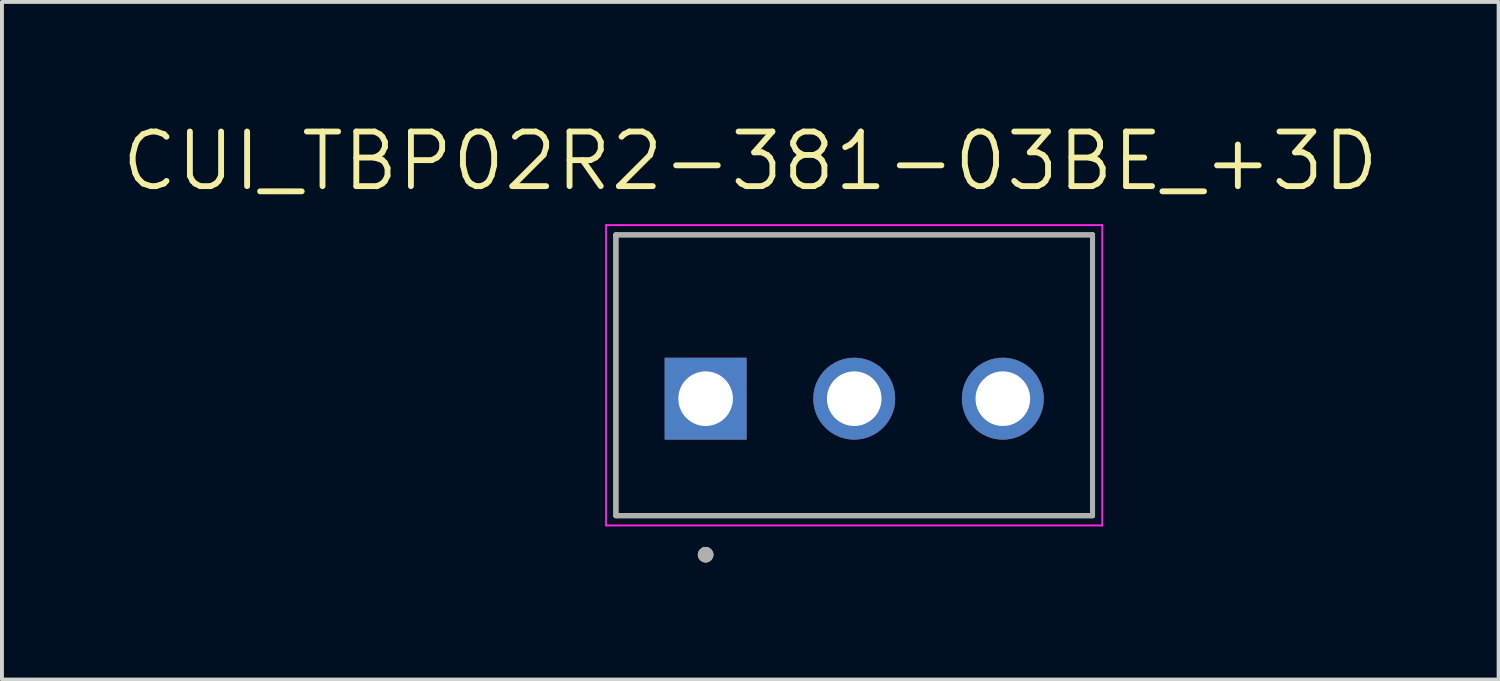
<source format=kicad_pcb>
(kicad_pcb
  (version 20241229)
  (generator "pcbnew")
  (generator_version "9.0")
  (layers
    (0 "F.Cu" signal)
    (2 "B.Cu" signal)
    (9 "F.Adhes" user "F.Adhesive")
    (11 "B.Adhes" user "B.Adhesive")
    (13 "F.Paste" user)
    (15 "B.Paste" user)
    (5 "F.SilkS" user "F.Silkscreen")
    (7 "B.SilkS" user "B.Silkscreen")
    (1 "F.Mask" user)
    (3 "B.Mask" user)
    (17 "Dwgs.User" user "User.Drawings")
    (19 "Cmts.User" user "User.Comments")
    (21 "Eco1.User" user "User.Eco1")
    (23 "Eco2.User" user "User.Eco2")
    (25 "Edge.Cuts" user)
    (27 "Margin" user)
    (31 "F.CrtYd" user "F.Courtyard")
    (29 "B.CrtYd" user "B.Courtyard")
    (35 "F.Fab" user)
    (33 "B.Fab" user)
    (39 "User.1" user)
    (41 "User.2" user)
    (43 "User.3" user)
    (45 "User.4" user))
  (footprint "CUI_TBP02R2-381-03BE_+3D"
    (layer "F.Cu")
    (at 15.04 7.171)
    (property "Reference" "CUI_TBP02R2-381-03BE_+3D" (at 1.145 -6.089 0) (layer "F.SilkS") (effects (font (size 1.4 1.4) (thickness 0.15))))
    (attr through_hole)
    (fp_line (start -2.3 -4.2) (end 9.92 -4.2) (stroke (width 0.127) (type solid)) (layer "F.SilkS"))
    (fp_line (start -2.3 3) (end -2.3 -4.2) (stroke (width 0.127) (type solid)) (layer "F.SilkS"))
    (fp_line (start 9.92 -4.2) (end 9.92 3) (stroke (width 0.127) (type solid)) (layer "F.SilkS"))
    (fp_line (start 9.92 3) (end -2.3 3) (stroke (width 0.127) (type solid)) (layer "F.SilkS"))
    (fp_circle (center 0 4) (end 0.1 4) (stroke (width 0.2) (type solid)) (fill no) (layer "F.SilkS"))
    (fp_line (start -2.55 -4.45) (end 10.17 -4.45) (stroke (width 0.05) (type solid)) (layer "F.CrtYd"))
    (fp_line (start -2.55 3.25) (end -2.55 -4.45) (stroke (width 0.05) (type solid)) (layer "F.CrtYd"))
    (fp_line (start 10.17 -4.45) (end 10.17 3.25) (stroke (width 0.05) (type solid)) (layer "F.CrtYd"))
    (fp_line (start 10.17 3.25) (end -2.55 3.25) (stroke (width 0.05) (type solid)) (layer "F.CrtYd"))
    (fp_line (start -2.3 -4.2) (end 9.92 -4.2) (stroke (width 0.127) (type solid)) (layer "F.Fab"))
    (fp_line (start -2.3 3) (end -2.3 -4.2) (stroke (width 0.127) (type solid)) (layer "F.Fab"))
    (fp_line (start 9.92 -4.2) (end 9.92 3) (stroke (width 0.127) (type solid)) (layer "F.Fab"))
    (fp_line (start 9.92 3) (end -2.3 3) (stroke (width 0.127) (type solid)) (layer "F.Fab"))
    (fp_circle (center 0 4) (end 0.1 4) (stroke (width 0.2) (type solid)) (fill no) (layer "F.Fab"))
    (pad "1" thru_hole rect (at 0 0) (size 2.1 2.1) (drill 1.4) (layers "*.Cu" "*.Mask"))
    (pad "2" thru_hole circle (at 3.81 0) (size 2.1 2.1) (drill 1.4) (layers "*.Cu" "*.Mask"))
    (pad "3" thru_hole circle (at 7.62 0) (size 2.1 2.1) (drill 1.4) (layers "*.Cu" "*.Mask")))
  (gr_rect
    (start -3 -3)
    (end 35.37 14.371)
    (stroke (width 0.1) (type default))
    (fill no)
    (layer "Edge.Cuts")))
</source>
